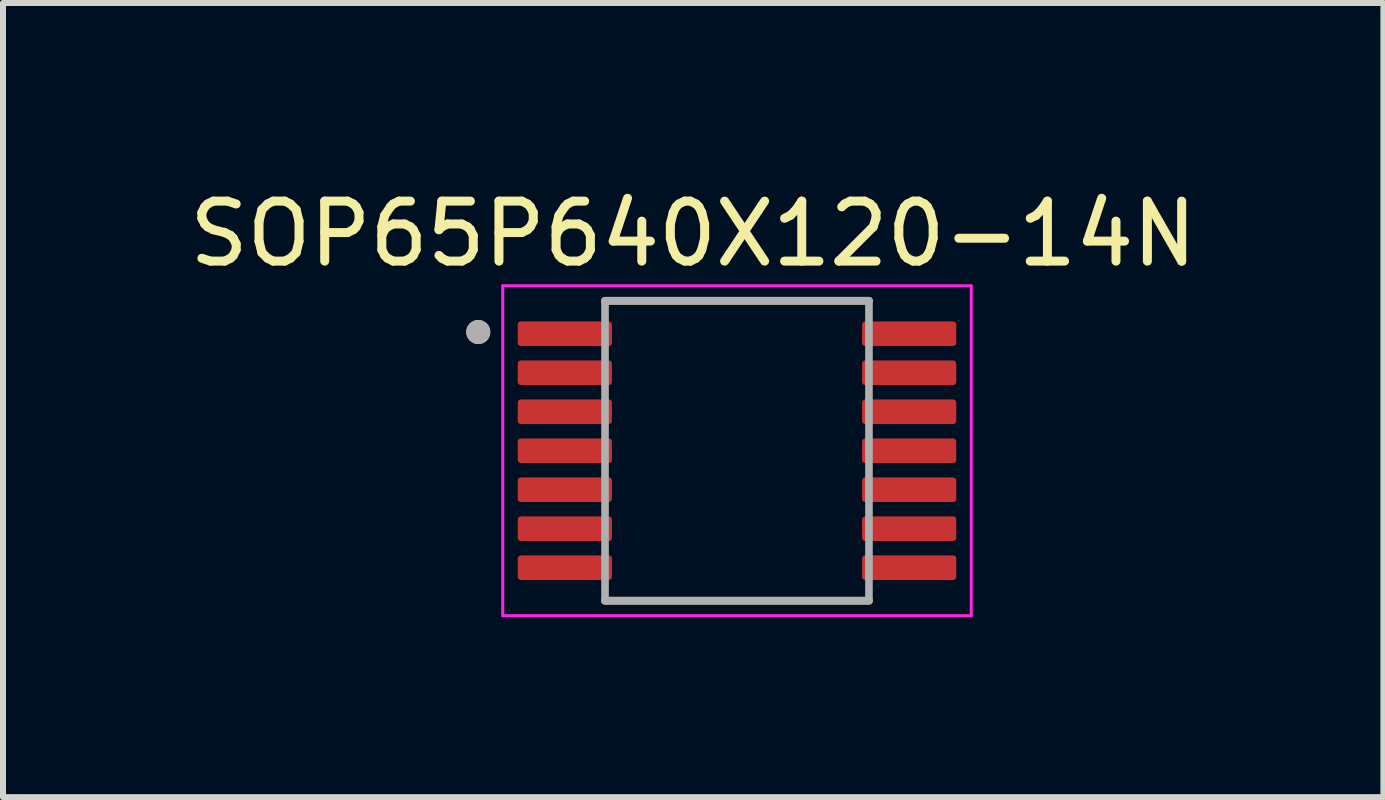
<source format=kicad_pcb>
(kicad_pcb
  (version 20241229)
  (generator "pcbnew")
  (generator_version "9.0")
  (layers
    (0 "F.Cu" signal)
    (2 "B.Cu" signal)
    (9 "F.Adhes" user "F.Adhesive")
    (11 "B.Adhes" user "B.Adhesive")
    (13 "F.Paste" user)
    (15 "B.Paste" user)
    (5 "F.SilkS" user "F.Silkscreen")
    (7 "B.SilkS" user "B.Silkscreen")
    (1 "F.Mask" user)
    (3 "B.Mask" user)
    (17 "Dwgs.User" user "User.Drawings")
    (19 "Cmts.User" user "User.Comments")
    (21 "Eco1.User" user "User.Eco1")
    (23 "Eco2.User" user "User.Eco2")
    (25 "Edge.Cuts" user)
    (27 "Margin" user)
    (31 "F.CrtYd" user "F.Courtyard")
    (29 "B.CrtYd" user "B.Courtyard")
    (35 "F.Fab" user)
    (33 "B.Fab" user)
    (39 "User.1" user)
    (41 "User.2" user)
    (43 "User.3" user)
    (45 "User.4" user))
  (footprint "SOP65P640X120-14N"
    (layer "F.Cu")
    (at 9.236 4.464)
    (property "Reference" "SOP65P640X120-14N" (at -0.73 -3.616 0) (layer "F.SilkS") (effects (font (size 1 1) (thickness 0.15))))
    (attr smd)
    (fp_line (start -2.2 -2.5) (end 2.2 -2.5) (stroke (width 0.127) (type solid)) (layer "F.SilkS"))
    (fp_line (start -2.2 2.5) (end 2.2 2.5) (stroke (width 0.127) (type solid)) (layer "F.SilkS"))
    (fp_circle (center -4.313 -1.979) (end -4.213 -1.979) (stroke (width 0.2) (type solid)) (fill no) (layer "F.SilkS"))
    (fp_line (start -3.905 -2.75) (end -3.905 2.75) (stroke (width 0.05) (type solid)) (layer "F.CrtYd"))
    (fp_line (start -3.905 -2.75) (end 3.905 -2.75) (stroke (width 0.05) (type solid)) (layer "F.CrtYd"))
    (fp_line (start -3.905 2.75) (end 3.905 2.75) (stroke (width 0.05) (type solid)) (layer "F.CrtYd"))
    (fp_line (start 3.905 -2.75) (end 3.905 2.75) (stroke (width 0.05) (type solid)) (layer "F.CrtYd"))
    (fp_line (start -2.2 -2.5) (end -2.2 2.5) (stroke (width 0.127) (type solid)) (layer "F.Fab"))
    (fp_line (start -2.2 -2.5) (end 2.2 -2.5) (stroke (width 0.127) (type solid)) (layer "F.Fab"))
    (fp_line (start -2.2 2.5) (end 2.2 2.5) (stroke (width 0.127) (type solid)) (layer "F.Fab"))
    (fp_line (start 2.2 -2.5) (end 2.2 2.5) (stroke (width 0.127) (type solid)) (layer "F.Fab"))
    (fp_circle (center -4.313 -1.979) (end -4.213 -1.979) (stroke (width 0.2) (type solid)) (fill no) (layer "F.Fab"))
    (pad "1" smd roundrect (at -2.87 -1.95) (size 1.57 0.41) (layers "F.Cu" "F.Mask" "F.Paste") (roundrect_rratio 0.125))
    (pad "2" smd roundrect (at -2.87 -1.3) (size 1.57 0.41) (layers "F.Cu" "F.Mask" "F.Paste") (roundrect_rratio 0.125))
    (pad "3" smd roundrect (at -2.87 -0.65) (size 1.57 0.41) (layers "F.Cu" "F.Mask" "F.Paste") (roundrect_rratio 0.125))
    (pad "4" smd roundrect (at -2.87 0) (size 1.57 0.41) (layers "F.Cu" "F.Mask" "F.Paste") (roundrect_rratio 0.125))
    (pad "5" smd roundrect (at -2.87 0.65) (size 1.57 0.41) (layers "F.Cu" "F.Mask" "F.Paste") (roundrect_rratio 0.125))
    (pad "6" smd roundrect (at -2.87 1.3) (size 1.57 0.41) (layers "F.Cu" "F.Mask" "F.Paste") (roundrect_rratio 0.125))
    (pad "7" smd roundrect (at -2.87 1.95) (size 1.57 0.41) (layers "F.Cu" "F.Mask" "F.Paste") (roundrect_rratio 0.125))
    (pad "8" smd roundrect (at 2.87 1.95) (size 1.57 0.41) (layers "F.Cu" "F.Mask" "F.Paste") (roundrect_rratio 0.125))
    (pad "9" smd roundrect (at 2.87 1.3) (size 1.57 0.41) (layers "F.Cu" "F.Mask" "F.Paste") (roundrect_rratio 0.125))
    (pad "10" smd roundrect (at 2.87 0.65) (size 1.57 0.41) (layers "F.Cu" "F.Mask" "F.Paste") (roundrect_rratio 0.125))
    (pad "11" smd roundrect (at 2.87 0) (size 1.57 0.41) (layers "F.Cu" "F.Mask" "F.Paste") (roundrect_rratio 0.125))
    (pad "12" smd roundrect (at 2.87 -0.65) (size 1.57 0.41) (layers "F.Cu" "F.Mask" "F.Paste") (roundrect_rratio 0.125))
    (pad "13" smd roundrect (at 2.87 -1.3) (size 1.57 0.41) (layers "F.Cu" "F.Mask" "F.Paste") (roundrect_rratio 0.125))
    (pad "14" smd roundrect (at 2.87 -1.95) (size 1.57 0.41) (layers "F.Cu" "F.Mask" "F.Paste") (roundrect_rratio 0.125)))
  (gr_rect
    (start -3 -3)
    (end 20.012 10.239)
    (stroke (width 0.1) (type default))
    (fill no)
    (layer "Edge.Cuts")))
</source>
